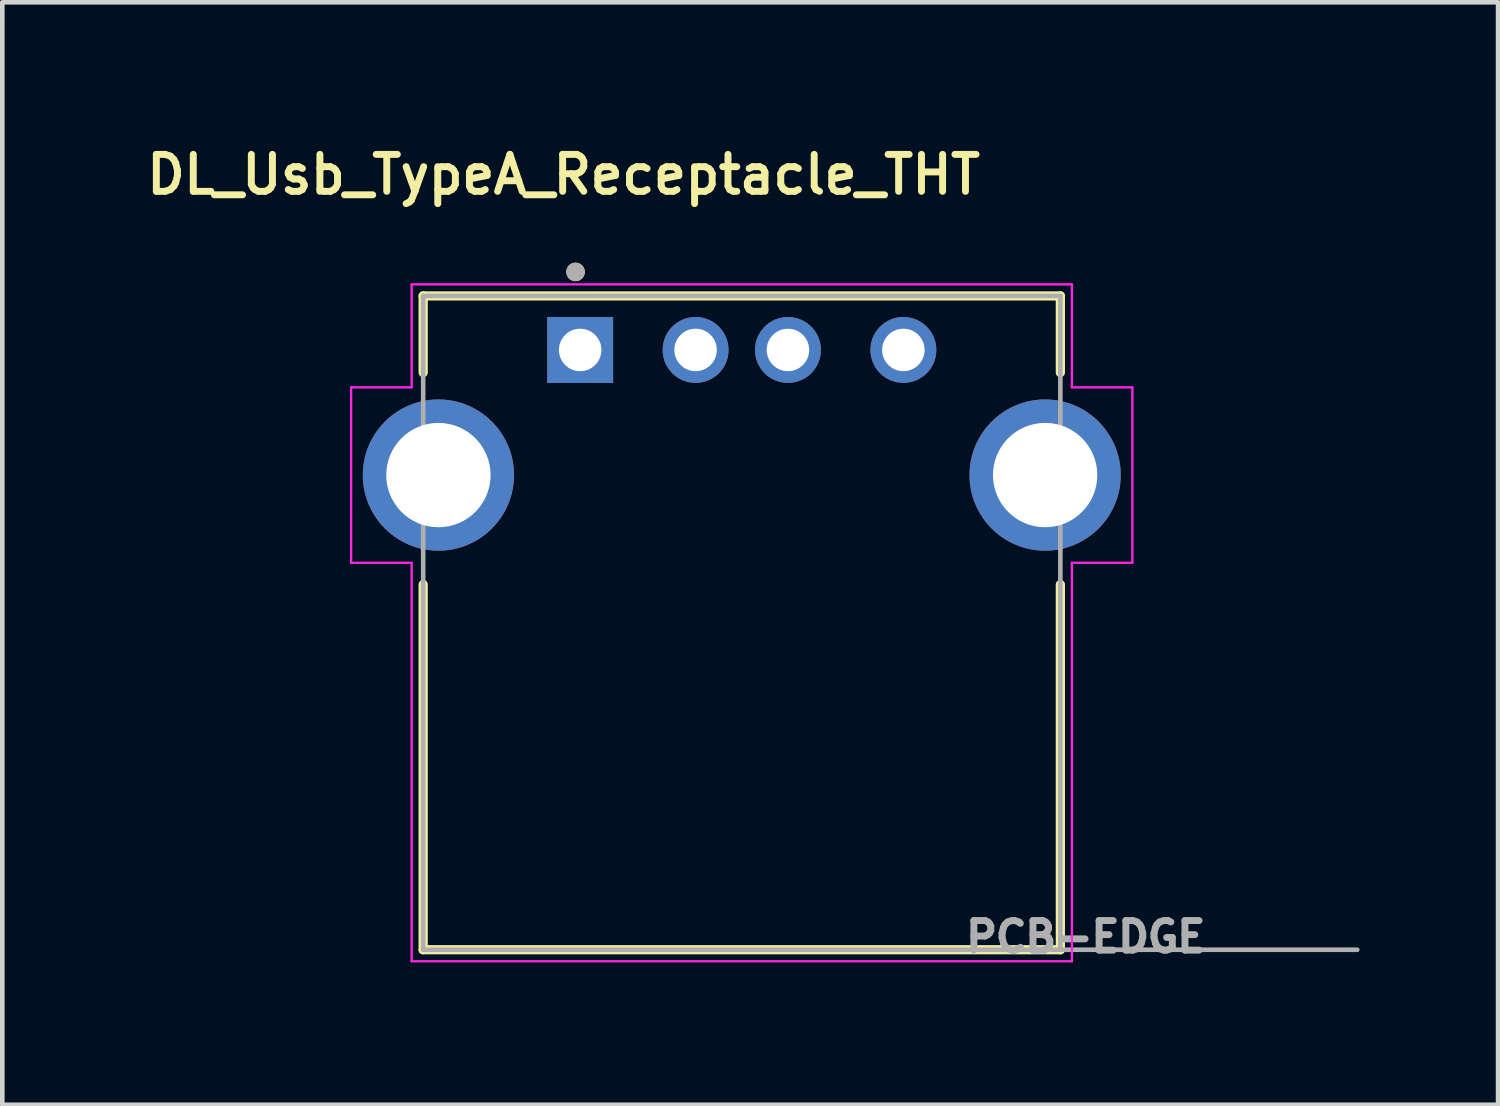
<source format=kicad_pcb>
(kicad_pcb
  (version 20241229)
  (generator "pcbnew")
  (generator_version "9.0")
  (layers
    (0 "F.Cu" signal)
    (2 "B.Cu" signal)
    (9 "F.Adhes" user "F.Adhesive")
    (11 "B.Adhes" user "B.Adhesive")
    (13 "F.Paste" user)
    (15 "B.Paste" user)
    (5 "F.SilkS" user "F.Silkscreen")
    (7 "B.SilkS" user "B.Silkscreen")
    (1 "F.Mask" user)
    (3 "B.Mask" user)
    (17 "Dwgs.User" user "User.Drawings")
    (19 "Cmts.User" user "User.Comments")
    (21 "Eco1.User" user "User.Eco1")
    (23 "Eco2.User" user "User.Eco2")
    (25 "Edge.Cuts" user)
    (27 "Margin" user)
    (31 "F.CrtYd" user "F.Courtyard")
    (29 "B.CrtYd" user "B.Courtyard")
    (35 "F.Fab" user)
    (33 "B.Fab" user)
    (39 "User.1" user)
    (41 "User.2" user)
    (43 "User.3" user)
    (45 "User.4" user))
  (footprint "DL_Usb_TypeA_Receptacle_THT"
    (layer "F.Cu")
    (at 13.015 7.239)
    (property "Reference" "DL_Usb_TypeA_Receptacle_THT" (at -3.86 -6.508 0) (layer "F.SilkS") (effects (font (size 0.8 0.8) (thickness 0.15))))
    (attr through_hole)
    (fp_line (start -6.9 -3.88) (end -6.9 -2.22) (stroke (width 0.2) (type solid)) (layer "F.SilkS"))
    (fp_line (start -6.9 2.37) (end -6.9 10.28) (stroke (width 0.2) (type solid)) (layer "F.SilkS"))
    (fp_line (start -6.9 10.28) (end 6.9 10.28) (stroke (width 0.2) (type solid)) (layer "F.SilkS"))
    (fp_line (start 6.9 -3.88) (end -6.9 -3.88) (stroke (width 0.2) (type solid)) (layer "F.SilkS"))
    (fp_line (start 6.9 -3.88) (end 6.9 -2.22) (stroke (width 0.2) (type solid)) (layer "F.SilkS"))
    (fp_line (start 6.9 2.37) (end 6.9 10.28) (stroke (width 0.2) (type solid)) (layer "F.SilkS"))
    (fp_circle (center -3.6 -4.4) (end -3.5 -4.4) (stroke (width 0.2) (type solid)) (fill no) (layer "F.SilkS"))
    (fp_line (start -8.46 -1.9) (end -7.15 -1.9) (stroke (width 0.05) (type solid)) (layer "F.CrtYd"))
    (fp_line (start -8.46 1.9) (end -8.46 -1.9) (stroke (width 0.05) (type solid)) (layer "F.CrtYd"))
    (fp_line (start -7.15 -4.13) (end 7.15 -4.13) (stroke (width 0.05) (type solid)) (layer "F.CrtYd"))
    (fp_line (start -7.15 -1.9) (end -7.15 -4.13) (stroke (width 0.05) (type solid)) (layer "F.CrtYd"))
    (fp_line (start -7.15 1.9) (end -8.46 1.9) (stroke (width 0.05) (type solid)) (layer "F.CrtYd"))
    (fp_line (start -7.15 10.53) (end -7.15 1.9) (stroke (width 0.05) (type solid)) (layer "F.CrtYd"))
    (fp_line (start 7.15 -4.13) (end 7.15 -1.9) (stroke (width 0.05) (type solid)) (layer "F.CrtYd"))
    (fp_line (start 7.15 -1.9) (end 8.46 -1.9) (stroke (width 0.05) (type solid)) (layer "F.CrtYd"))
    (fp_line (start 7.15 1.9) (end 7.15 10.53) (stroke (width 0.05) (type solid)) (layer "F.CrtYd"))
    (fp_line (start 7.15 10.53) (end -7.15 10.53) (stroke (width 0.05) (type solid)) (layer "F.CrtYd"))
    (fp_line (start 8.46 -1.9) (end 8.46 1.9) (stroke (width 0.05) (type solid)) (layer "F.CrtYd"))
    (fp_line (start 8.46 1.9) (end 7.15 1.9) (stroke (width 0.05) (type solid)) (layer "F.CrtYd"))
    (fp_line (start -6.9 -3.88) (end -6.9 10.28) (stroke (width 0.1) (type solid)) (layer "F.Fab"))
    (fp_line (start -6.9 10.28) (end 6.9 10.28) (stroke (width 0.1) (type solid)) (layer "F.Fab"))
    (fp_line (start 6.9 -3.88) (end -6.9 -3.88) (stroke (width 0.1) (type solid)) (layer "F.Fab"))
    (fp_line (start 6.9 10.28) (end 6.9 -3.88) (stroke (width 0.1) (type solid)) (layer "F.Fab"))
    (fp_line (start 6.9 10.28) (end 13.33 10.28) (stroke (width 0.1) (type solid)) (layer "F.Fab"))
    (fp_circle (center -3.6 -4.4) (end -3.5 -4.4) (stroke (width 0.2) (type solid)) (fill no) (layer "F.Fab"))
    (fp_text user "PCB-EDGE" (at 7.45 10 0) (layer "F.Fab") (effects (font (size 0.64 0.64) (thickness 0.15))))
    (pad "1" thru_hole rect (at -3.5 -2.71) (size 1.428 1.428) (drill 0.92) (layers "*.Cu" "*.Mask"))
    (pad "2" thru_hole circle (at -1 -2.71) (size 1.428 1.428) (drill 0.92) (layers "*.Cu" "*.Mask"))
    (pad "3" thru_hole circle (at 1 -2.71) (size 1.428 1.428) (drill 0.92) (layers "*.Cu" "*.Mask"))
    (pad "4" thru_hole circle (at 3.5 -2.71) (size 1.428 1.428) (drill 0.92) (layers "*.Cu" "*.Mask"))
    (pad "S1" thru_hole circle (at -6.57 0) (size 3.276 3.276) (drill 2.26) (layers "*.Cu" "*.Mask"))
    (pad "S2" thru_hole circle (at 6.57 0) (size 3.276 3.276) (drill 2.26) (layers "*.Cu" "*.Mask")))
  (gr_rect
    (start -3 -3)
    (end 29.395 20.877)
    (stroke (width 0.1) (type default))
    (fill no)
    (layer "Edge.Cuts")))
</source>
